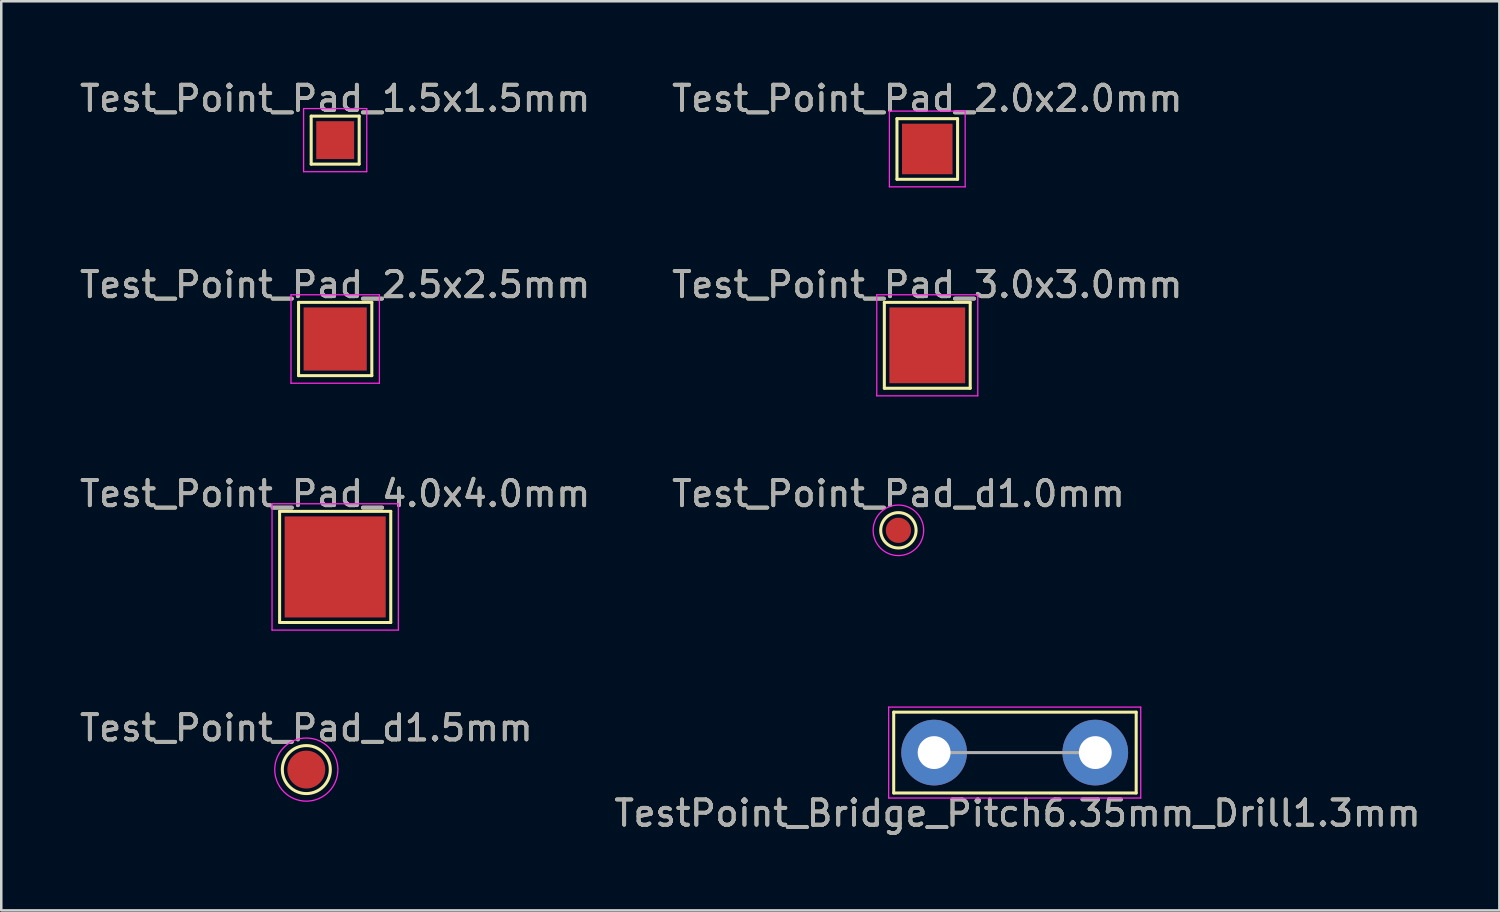
<source format=kicad_pcb>
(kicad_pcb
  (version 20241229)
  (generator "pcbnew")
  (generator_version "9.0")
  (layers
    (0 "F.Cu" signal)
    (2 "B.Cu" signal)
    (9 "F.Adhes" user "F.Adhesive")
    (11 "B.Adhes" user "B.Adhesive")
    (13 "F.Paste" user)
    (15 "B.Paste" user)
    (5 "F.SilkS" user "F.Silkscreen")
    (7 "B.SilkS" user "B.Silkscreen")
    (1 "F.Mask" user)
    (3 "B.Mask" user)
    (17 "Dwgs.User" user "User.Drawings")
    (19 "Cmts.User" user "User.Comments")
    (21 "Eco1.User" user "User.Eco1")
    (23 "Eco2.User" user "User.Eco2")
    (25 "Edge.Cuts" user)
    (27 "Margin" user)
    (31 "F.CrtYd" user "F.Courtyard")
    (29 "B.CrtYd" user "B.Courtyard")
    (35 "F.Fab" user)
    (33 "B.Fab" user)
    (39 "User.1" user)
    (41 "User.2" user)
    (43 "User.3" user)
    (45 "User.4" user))
  (footprint "Test_Point_Pad_2.0x2.0mm"
    (layer "F.Cu")
    (at 33.661 2.848)
    (property "Reference" "Test_Point_Pad_2.0x2.0mm" (at 0 -1.998 0) (layer "F.SilkS") (effects (font (size 1 1) (thickness 0.15))))
    (attr exclude_from_pos_files exclude_from_bom)
    (fp_line (start -1.2 -1.2) (end 1.2 -1.2) (stroke (width 0.12) (type solid)) (layer "F.SilkS"))
    (fp_line (start -1.2 1.2) (end -1.2 -1.2) (stroke (width 0.12) (type solid)) (layer "F.SilkS"))
    (fp_line (start 1.2 -1.2) (end 1.2 1.2) (stroke (width 0.12) (type solid)) (layer "F.SilkS"))
    (fp_line (start 1.2 1.2) (end -1.2 1.2) (stroke (width 0.12) (type solid)) (layer "F.SilkS"))
    (fp_line (start -1.5 -1.5) (end -1.5 1.5) (stroke (width 0.05) (type solid)) (layer "F.CrtYd"))
    (fp_line (start -1.5 -1.5) (end 1.5 -1.5) (stroke (width 0.05) (type solid)) (layer "F.CrtYd"))
    (fp_line (start 1.5 1.5) (end -1.5 1.5) (stroke (width 0.05) (type solid)) (layer "F.CrtYd"))
    (fp_line (start 1.5 1.5) (end 1.5 -1.5) (stroke (width 0.05) (type solid)) (layer "F.CrtYd"))
    (fp_text user "${REFERENCE}" (at 0 -2 0) (layer "F.Fab") (effects (font (size 1 1) (thickness 0.15))))
    (pad "1" smd rect (at 0 0) (size 2 2) (layers "F.Cu" "F.Mask")))
  (footprint "TestPoint_Bridge_Pitch6.35mm_Drill1.3mm"
    (layer "F.Cu")
    (at 33.932 26.745)
    (property "Reference" "TestPoint_Bridge_Pitch6.35mm_Drill1.3mm" (at 3.3 2.4 0) (layer "F.SilkS") (effects (font (size 1 1) (thickness 0.15))))
    (attr through_hole)
    (fp_line (start -1.6 -1.6) (end 8 -1.6) (stroke (width 0.12) (type solid)) (layer "F.SilkS"))
    (fp_line (start -1.6 1.6) (end -1.6 -1.6) (stroke (width 0.12) (type solid)) (layer "F.SilkS"))
    (fp_line (start 8 -1.6) (end 8 1.6) (stroke (width 0.12) (type solid)) (layer "F.SilkS"))
    (fp_line (start 8 1.6) (end -1.6 1.6) (stroke (width 0.12) (type solid)) (layer "F.SilkS"))
    (fp_line (start -1.8 -1.8) (end -1.8 1.8) (stroke (width 0.05) (type solid)) (layer "F.CrtYd"))
    (fp_line (start -1.8 -1.8) (end 8.18 -1.8) (stroke (width 0.05) (type solid)) (layer "F.CrtYd"))
    (fp_line (start 8.18 1.8) (end -1.8 1.8) (stroke (width 0.05) (type solid)) (layer "F.CrtYd"))
    (fp_line (start 8.18 1.8) (end 8.18 -1.8) (stroke (width 0.05) (type solid)) (layer "F.CrtYd"))
    (fp_line (start 6.35 0) (end 0 0) (stroke (width 0.12) (type solid)) (layer "F.Fab"))
    (fp_text user "${REFERENCE}" (at 3.3 2.4 0) (layer "F.Fab") (effects (font (size 1 1) (thickness 0.15))))
    (pad "1" thru_hole circle (at 0 0) (size 2.6 2.6) (drill 1.3) (layers "*.Cu" "*.Mask"))
    (pad "1" thru_hole circle (at 6.38 0) (size 2.6 2.6) (drill 1.3) (layers "*.Cu" "*.Mask")))
  (footprint "Test_Point_Pad_3.0x3.0mm"
    (layer "F.Cu")
    (at 33.661 10.621)
    (property "Reference" "Test_Point_Pad_3.0x3.0mm" (at 0 -2.398 0) (layer "F.SilkS") (effects (font (size 1 1) (thickness 0.15))))
    (attr exclude_from_pos_files exclude_from_bom)
    (fp_line (start -1.7 -1.7) (end 1.7 -1.7) (stroke (width 0.12) (type solid)) (layer "F.SilkS"))
    (fp_line (start -1.7 1.7) (end -1.7 -1.7) (stroke (width 0.12) (type solid)) (layer "F.SilkS"))
    (fp_line (start 1.7 -1.7) (end 1.7 1.7) (stroke (width 0.12) (type solid)) (layer "F.SilkS"))
    (fp_line (start 1.7 1.7) (end -1.7 1.7) (stroke (width 0.12) (type solid)) (layer "F.SilkS"))
    (fp_line (start -2 -2) (end -2 2) (stroke (width 0.05) (type solid)) (layer "F.CrtYd"))
    (fp_line (start -2 -2) (end 2 -2) (stroke (width 0.05) (type solid)) (layer "F.CrtYd"))
    (fp_line (start 2 2) (end -2 2) (stroke (width 0.05) (type solid)) (layer "F.CrtYd"))
    (fp_line (start 2 2) (end 2 -2) (stroke (width 0.05) (type solid)) (layer "F.CrtYd"))
    (fp_text user "${REFERENCE}" (at 0 -2.4 0) (layer "F.Fab") (effects (font (size 1 1) (thickness 0.15))))
    (pad "1" smd rect (at 0 0) (size 3 3) (layers "F.Cu" "F.Mask")))
  (footprint "Test_Point_Pad_d1.5mm"
    (layer "F.Cu")
    (at 9.077 27.418)
    (property "Reference" "Test_Point_Pad_d1.5mm" (at 0 -1.648 0) (layer "F.SilkS") (effects (font (size 1 1) (thickness 0.15))))
    (attr exclude_from_pos_files exclude_from_bom)
    (fp_circle (center 0 0) (end 0 0.95) (stroke (width 0.12) (type solid)) (fill no) (layer "F.SilkS"))
    (fp_circle (center 0 0) (end 1.25 0) (stroke (width 0.05) (type solid)) (fill no) (layer "F.CrtYd"))
    (fp_text user "${REFERENCE}" (at 0 -1.65 0) (layer "F.Fab") (effects (font (size 1 1) (thickness 0.15))))
    (pad "1" smd circle (at 0 0) (size 1.5 1.5) (layers "F.Cu" "F.Mask")))
  (footprint "Test_Point_Pad_1.5x1.5mm"
    (layer "F.Cu")
    (at 10.22 2.498)
    (property "Reference" "Test_Point_Pad_1.5x1.5mm" (at 0 -1.648 0) (layer "F.SilkS") (effects (font (size 1 1) (thickness 0.15))))
    (attr exclude_from_pos_files exclude_from_bom)
    (fp_line (start -0.95 -0.95) (end 0.95 -0.95) (stroke (width 0.12) (type solid)) (layer "F.SilkS"))
    (fp_line (start -0.95 0.95) (end -0.95 -0.95) (stroke (width 0.12) (type solid)) (layer "F.SilkS"))
    (fp_line (start 0.95 -0.95) (end 0.95 0.95) (stroke (width 0.12) (type solid)) (layer "F.SilkS"))
    (fp_line (start 0.95 0.95) (end -0.95 0.95) (stroke (width 0.12) (type solid)) (layer "F.SilkS"))
    (fp_line (start -1.25 -1.25) (end -1.25 1.25) (stroke (width 0.05) (type solid)) (layer "F.CrtYd"))
    (fp_line (start -1.25 -1.25) (end 1.25 -1.25) (stroke (width 0.05) (type solid)) (layer "F.CrtYd"))
    (fp_line (start 1.25 1.25) (end -1.25 1.25) (stroke (width 0.05) (type solid)) (layer "F.CrtYd"))
    (fp_line (start 1.25 1.25) (end 1.25 -1.25) (stroke (width 0.05) (type solid)) (layer "F.CrtYd"))
    (fp_text user "${REFERENCE}" (at 0 -1.65 0) (layer "F.Fab") (effects (font (size 1 1) (thickness 0.15))))
    (pad "1" smd rect (at 0 0) (size 1.5 1.5) (layers "F.Cu" "F.Mask")))
  (footprint "Test_Point_Pad_4.0x4.0mm"
    (layer "F.Cu")
    (at 10.22 19.395)
    (property "Reference" "Test_Point_Pad_4.0x4.0mm" (at 0 -2.898 0) (layer "F.SilkS") (effects (font (size 1 1) (thickness 0.15))))
    (attr exclude_from_pos_files exclude_from_bom)
    (fp_line (start -2.2 -2.2) (end 2.2 -2.2) (stroke (width 0.12) (type solid)) (layer "F.SilkS"))
    (fp_line (start -2.2 2.2) (end -2.2 -2.2) (stroke (width 0.12) (type solid)) (layer "F.SilkS"))
    (fp_line (start 2.2 -2.2) (end 2.2 2.2) (stroke (width 0.12) (type solid)) (layer "F.SilkS"))
    (fp_line (start 2.2 2.2) (end -2.2 2.2) (stroke (width 0.12) (type solid)) (layer "F.SilkS"))
    (fp_line (start -2.5 -2.5) (end -2.5 2.5) (stroke (width 0.05) (type solid)) (layer "F.CrtYd"))
    (fp_line (start -2.5 -2.5) (end 2.5 -2.5) (stroke (width 0.05) (type solid)) (layer "F.CrtYd"))
    (fp_line (start 2.5 2.5) (end -2.5 2.5) (stroke (width 0.05) (type solid)) (layer "F.CrtYd"))
    (fp_line (start 2.5 2.5) (end 2.5 -2.5) (stroke (width 0.05) (type solid)) (layer "F.CrtYd"))
    (fp_text user "${REFERENCE}" (at 0 -2.9 0) (layer "F.Fab") (effects (font (size 1 1) (thickness 0.15))))
    (pad "1" smd rect (at 0 0) (size 4 4) (layers "F.Cu" "F.Mask")))
  (footprint "Test_Point_Pad_2.5x2.5mm"
    (layer "F.Cu")
    (at 10.22 10.371)
    (property "Reference" "Test_Point_Pad_2.5x2.5mm" (at 0 -2.148 0) (layer "F.SilkS") (effects (font (size 1 1) (thickness 0.15))))
    (attr exclude_from_pos_files exclude_from_bom)
    (fp_line (start -1.45 -1.45) (end 1.45 -1.45) (stroke (width 0.12) (type solid)) (layer "F.SilkS"))
    (fp_line (start -1.45 1.45) (end -1.45 -1.45) (stroke (width 0.12) (type solid)) (layer "F.SilkS"))
    (fp_line (start 1.45 -1.45) (end 1.45 1.45) (stroke (width 0.12) (type solid)) (layer "F.SilkS"))
    (fp_line (start 1.45 1.45) (end -1.45 1.45) (stroke (width 0.12) (type solid)) (layer "F.SilkS"))
    (fp_line (start -1.75 -1.75) (end -1.75 1.75) (stroke (width 0.05) (type solid)) (layer "F.CrtYd"))
    (fp_line (start -1.75 -1.75) (end 1.75 -1.75) (stroke (width 0.05) (type solid)) (layer "F.CrtYd"))
    (fp_line (start 1.75 1.75) (end -1.75 1.75) (stroke (width 0.05) (type solid)) (layer "F.CrtYd"))
    (fp_line (start 1.75 1.75) (end 1.75 -1.75) (stroke (width 0.05) (type solid)) (layer "F.CrtYd"))
    (fp_text user "${REFERENCE}" (at 0 -2.15 0) (layer "F.Fab") (effects (font (size 1 1) (thickness 0.15))))
    (pad "1" smd rect (at 0 0) (size 2.5 2.5) (layers "F.Cu" "F.Mask")))
  (footprint "Test_Point_Pad_d1.0mm"
    (layer "F.Cu")
    (at 32.518 17.945)
    (property "Reference" "Test_Point_Pad_d1.0mm" (at 0 -1.448 0) (layer "F.SilkS") (effects (font (size 1 1) (thickness 0.15))))
    (attr exclude_from_pos_files exclude_from_bom)
    (fp_circle (center 0 0) (end 0 0.7) (stroke (width 0.12) (type solid)) (fill no) (layer "F.SilkS"))
    (fp_circle (center 0 0) (end 1 0) (stroke (width 0.05) (type solid)) (fill no) (layer "F.CrtYd"))
    (fp_text user "${REFERENCE}" (at 0 -1.45 0) (layer "F.Fab") (effects (font (size 1 1) (thickness 0.15))))
    (pad "1" smd circle (at 0 0) (size 1 1) (layers "F.Cu" "F.Mask")))
  (gr_rect
    (start -3 -3)
    (end 56.31 32.993)
    (stroke (width 0.1) (type default))
    (fill no)
    (layer "Edge.Cuts")))
</source>
